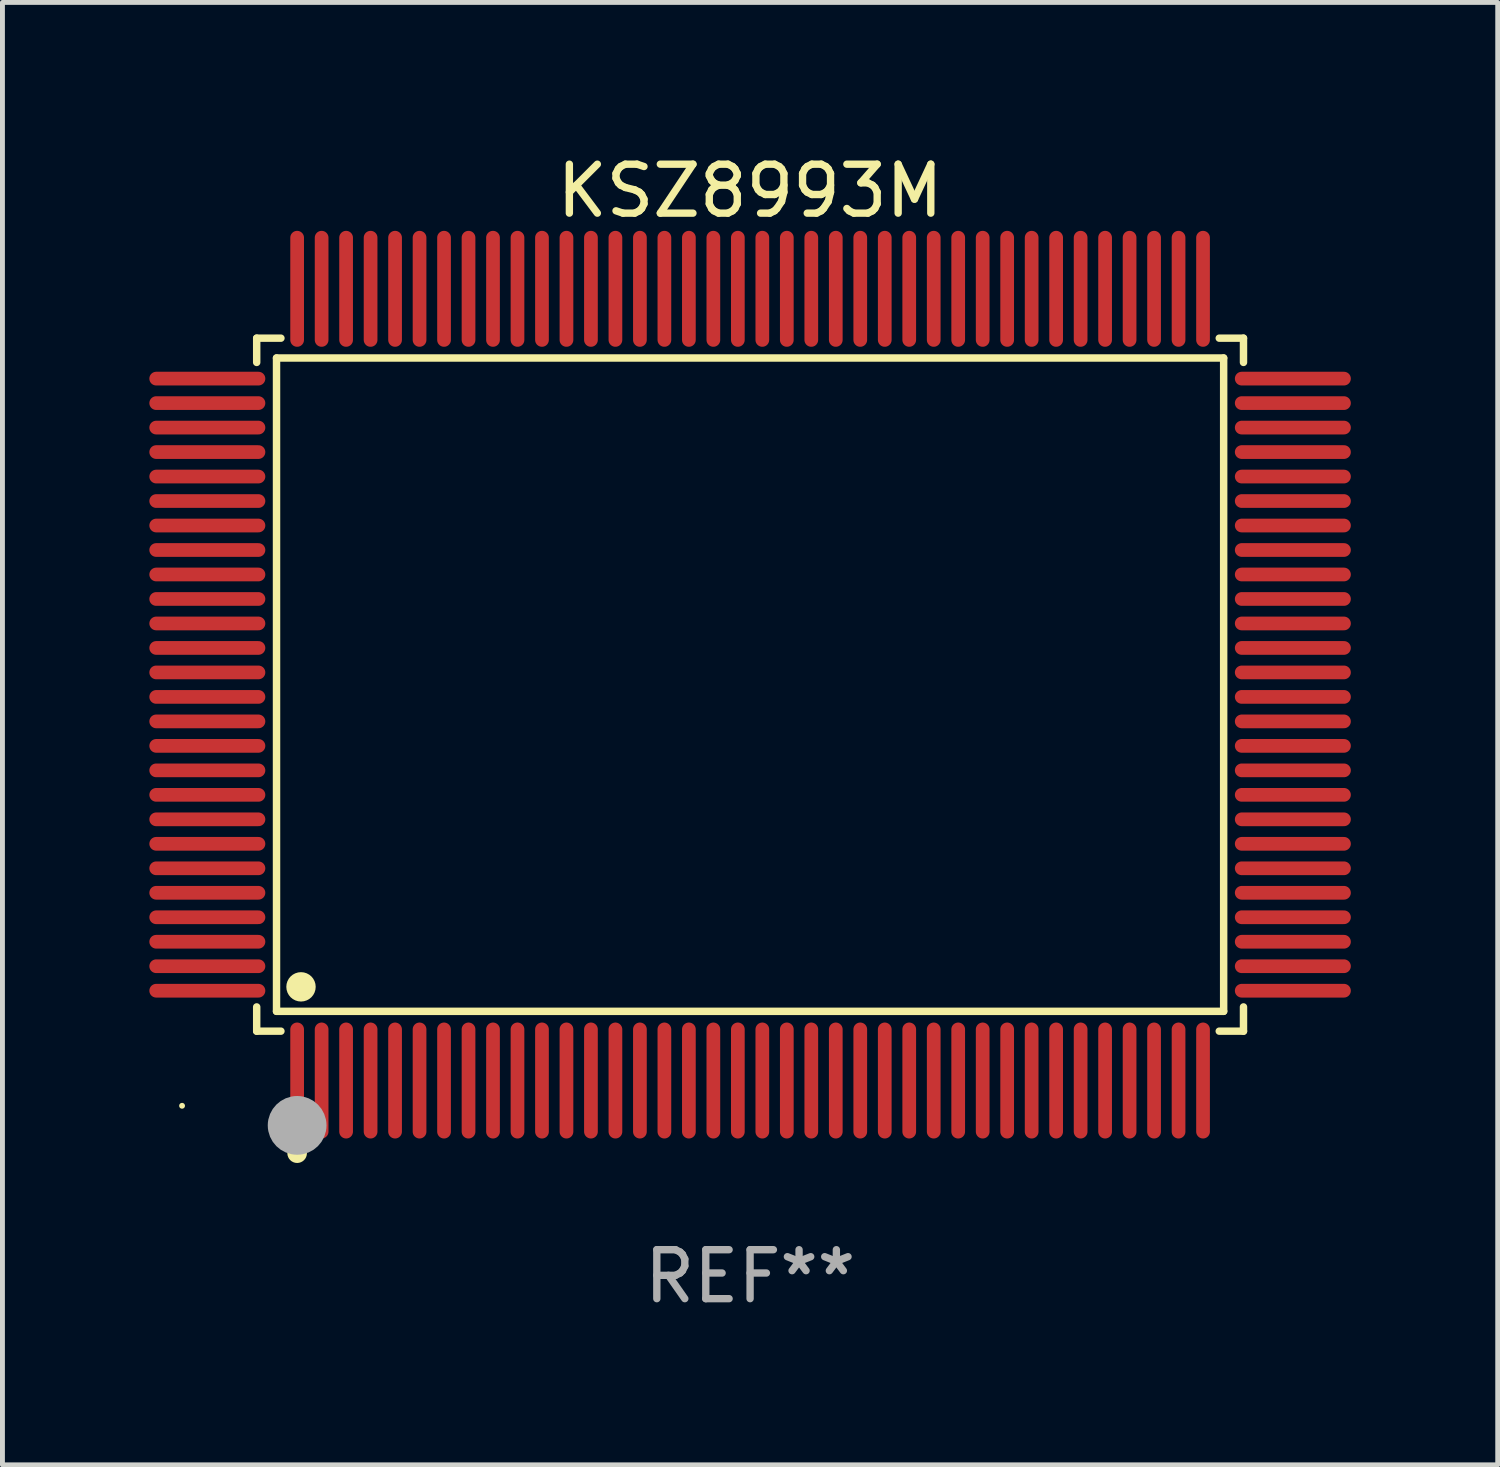
<source format=kicad_pcb>
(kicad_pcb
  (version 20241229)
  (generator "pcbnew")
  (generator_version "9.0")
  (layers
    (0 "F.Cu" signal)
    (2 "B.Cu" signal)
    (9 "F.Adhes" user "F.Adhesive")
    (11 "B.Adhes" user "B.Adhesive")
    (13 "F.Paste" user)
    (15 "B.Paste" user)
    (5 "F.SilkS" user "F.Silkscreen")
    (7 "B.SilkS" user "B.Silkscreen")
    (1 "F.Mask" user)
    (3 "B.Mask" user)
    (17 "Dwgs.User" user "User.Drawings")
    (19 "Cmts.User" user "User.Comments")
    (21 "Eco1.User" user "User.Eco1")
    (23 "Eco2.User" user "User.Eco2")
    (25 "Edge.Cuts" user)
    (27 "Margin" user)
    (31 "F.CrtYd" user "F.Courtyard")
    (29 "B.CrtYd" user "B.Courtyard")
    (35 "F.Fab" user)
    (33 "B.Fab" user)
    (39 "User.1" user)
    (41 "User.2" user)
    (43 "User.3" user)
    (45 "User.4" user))
  (footprint "KSZ8993M"
    (layer "F.Cu")
    (at 12.268 10.932)
    (property "Reference" "KSZ8993M" (at 0 -10.084 0) (layer "F.SilkS") (effects (font (size 1 1) (thickness 0.15))))
    (attr through_hole)
    (fp_line (start -10.076 -7.076) (end -9.581 -7.076) (stroke (width 0.152) (type solid)) (layer "F.SilkS"))
    (fp_line (start -10.076 -6.581) (end -10.076 -7.076) (stroke (width 0.152) (type solid)) (layer "F.SilkS"))
    (fp_line (start -10.076 6.581) (end -10.076 7.076) (stroke (width 0.152) (type solid)) (layer "F.SilkS"))
    (fp_line (start -10.076 7.076) (end -9.581 7.076) (stroke (width 0.152) (type solid)) (layer "F.SilkS"))
    (fp_line (start -9.671 -6.671) (end 9.671 -6.671) (stroke (width 0.152) (type solid)) (layer "F.SilkS"))
    (fp_line (start -9.671 6.671) (end -9.671 -6.671) (stroke (width 0.152) (type solid)) (layer "F.SilkS"))
    (fp_line (start 9.671 -6.671) (end 9.671 6.671) (stroke (width 0.152) (type solid)) (layer "F.SilkS"))
    (fp_line (start 9.671 6.671) (end -9.671 6.671) (stroke (width 0.152) (type solid)) (layer "F.SilkS"))
    (fp_line (start 10.076 -7.076) (end 9.581 -7.076) (stroke (width 0.152) (type solid)) (layer "F.SilkS"))
    (fp_line (start 10.076 -6.581) (end 10.076 -7.076) (stroke (width 0.152) (type solid)) (layer "F.SilkS"))
    (fp_line (start 10.076 6.581) (end 10.076 7.076) (stroke (width 0.152) (type solid)) (layer "F.SilkS"))
    (fp_line (start 10.076 7.076) (end 9.581 7.076) (stroke (width 0.152) (type solid)) (layer "F.SilkS"))
    (fp_circle (center -11.6 8.6) (end -11.57 8.6) (stroke (width 0.06) (type solid)) (fill no) (layer "F.SilkS"))
    (fp_circle (center -9.25 9.568) (end -9.15 9.568) (stroke (width 0.2) (type solid)) (fill no) (layer "F.SilkS"))
    (fp_circle (center -9.171 6.171) (end -9.021 6.171) (stroke (width 0.3) (type solid)) (fill no) (layer "F.SilkS"))
    (fp_circle (center -9.25 9) (end -8.95 9) (stroke (width 0.6) (type solid)) (fill no) (layer "F.Fab"))
    (fp_text user "REF**" (at 0 12.084 0) (layer "F.Fab") (effects (font (size 1 1) (thickness 0.15))))
    (pad "1" smd oval (at -9.25 8.084) (size 0.28 2.368) (layers "F.Cu" "F.Mask" "F.Paste"))
    (pad "2" smd oval (at -8.75 8.084) (size 0.28 2.368) (layers "F.Cu" "F.Mask" "F.Paste"))
    (pad "3" smd oval (at -8.25 8.084) (size 0.28 2.368) (layers "F.Cu" "F.Mask" "F.Paste"))
    (pad "4" smd oval (at -7.75 8.084) (size 0.28 2.368) (layers "F.Cu" "F.Mask" "F.Paste"))
    (pad "5" smd oval (at -7.25 8.084) (size 0.28 2.368) (layers "F.Cu" "F.Mask" "F.Paste"))
    (pad "6" smd oval (at -6.75 8.084) (size 0.28 2.368) (layers "F.Cu" "F.Mask" "F.Paste"))
    (pad "7" smd oval (at -6.25 8.084) (size 0.28 2.368) (layers "F.Cu" "F.Mask" "F.Paste"))
    (pad "8" smd oval (at -5.75 8.084) (size 0.28 2.368) (layers "F.Cu" "F.Mask" "F.Paste"))
    (pad "9" smd oval (at -5.25 8.084) (size 0.28 2.368) (layers "F.Cu" "F.Mask" "F.Paste"))
    (pad "10" smd oval (at -4.75 8.084) (size 0.28 2.368) (layers "F.Cu" "F.Mask" "F.Paste"))
    (pad "11" smd oval (at -4.25 8.084) (size 0.28 2.368) (layers "F.Cu" "F.Mask" "F.Paste"))
    (pad "12" smd oval (at -3.75 8.084) (size 0.28 2.368) (layers "F.Cu" "F.Mask" "F.Paste"))
    (pad "13" smd oval (at -3.25 8.084) (size 0.28 2.368) (layers "F.Cu" "F.Mask" "F.Paste"))
    (pad "14" smd oval (at -2.75 8.084) (size 0.28 2.368) (layers "F.Cu" "F.Mask" "F.Paste"))
    (pad "15" smd oval (at -2.25 8.084) (size 0.28 2.368) (layers "F.Cu" "F.Mask" "F.Paste"))
    (pad "16" smd oval (at -1.75 8.084) (size 0.28 2.368) (layers "F.Cu" "F.Mask" "F.Paste"))
    (pad "17" smd oval (at -1.25 8.084) (size 0.28 2.368) (layers "F.Cu" "F.Mask" "F.Paste"))
    (pad "18" smd oval (at -0.75 8.084) (size 0.28 2.368) (layers "F.Cu" "F.Mask" "F.Paste"))
    (pad "19" smd oval (at -0.25 8.084) (size 0.28 2.368) (layers "F.Cu" "F.Mask" "F.Paste"))
    (pad "20" smd oval (at 0.25 8.084) (size 0.28 2.368) (layers "F.Cu" "F.Mask" "F.Paste"))
    (pad "21" smd oval (at 0.75 8.084) (size 0.28 2.368) (layers "F.Cu" "F.Mask" "F.Paste"))
    (pad "22" smd oval (at 1.25 8.084) (size 0.28 2.368) (layers "F.Cu" "F.Mask" "F.Paste"))
    (pad "23" smd oval (at 1.75 8.084) (size 0.28 2.368) (layers "F.Cu" "F.Mask" "F.Paste"))
    (pad "24" smd oval (at 2.25 8.084) (size 0.28 2.368) (layers "F.Cu" "F.Mask" "F.Paste"))
    (pad "25" smd oval (at 2.75 8.084) (size 0.28 2.368) (layers "F.Cu" "F.Mask" "F.Paste"))
    (pad "26" smd oval (at 3.25 8.084) (size 0.28 2.368) (layers "F.Cu" "F.Mask" "F.Paste"))
    (pad "27" smd oval (at 3.75 8.084) (size 0.28 2.368) (layers "F.Cu" "F.Mask" "F.Paste"))
    (pad "28" smd oval (at 4.25 8.084) (size 0.28 2.368) (layers "F.Cu" "F.Mask" "F.Paste"))
    (pad "29" smd oval (at 4.75 8.084) (size 0.28 2.368) (layers "F.Cu" "F.Mask" "F.Paste"))
    (pad "30" smd oval (at 5.25 8.084) (size 0.28 2.368) (layers "F.Cu" "F.Mask" "F.Paste"))
    (pad "31" smd oval (at 5.75 8.084) (size 0.28 2.368) (layers "F.Cu" "F.Mask" "F.Paste"))
    (pad "32" smd oval (at 6.25 8.084) (size 0.28 2.368) (layers "F.Cu" "F.Mask" "F.Paste"))
    (pad "33" smd oval (at 6.75 8.084) (size 0.28 2.368) (layers "F.Cu" "F.Mask" "F.Paste"))
    (pad "34" smd oval (at 7.25 8.084) (size 0.28 2.368) (layers "F.Cu" "F.Mask" "F.Paste"))
    (pad "35" smd oval (at 7.75 8.084) (size 0.28 2.368) (layers "F.Cu" "F.Mask" "F.Paste"))
    (pad "36" smd oval (at 8.25 8.084) (size 0.28 2.368) (layers "F.Cu" "F.Mask" "F.Paste"))
    (pad "37" smd oval (at 8.75 8.084) (size 0.28 2.368) (layers "F.Cu" "F.Mask" "F.Paste"))
    (pad "38" smd oval (at 9.25 8.084) (size 0.28 2.368) (layers "F.Cu" "F.Mask" "F.Paste"))
    (pad "39" smd oval (at 11.084 6.25) (size 2.368 0.28) (layers "F.Cu" "F.Mask" "F.Paste"))
    (pad "40" smd oval (at 11.084 5.75) (size 2.368 0.28) (layers "F.Cu" "F.Mask" "F.Paste"))
    (pad "41" smd oval (at 11.084 5.25) (size 2.368 0.28) (layers "F.Cu" "F.Mask" "F.Paste"))
    (pad "42" smd oval (at 11.084 4.75) (size 2.368 0.28) (layers "F.Cu" "F.Mask" "F.Paste"))
    (pad "43" smd oval (at 11.084 4.25) (size 2.368 0.28) (layers "F.Cu" "F.Mask" "F.Paste"))
    (pad "44" smd oval (at 11.084 3.75) (size 2.368 0.28) (layers "F.Cu" "F.Mask" "F.Paste"))
    (pad "45" smd oval (at 11.084 3.25) (size 2.368 0.28) (layers "F.Cu" "F.Mask" "F.Paste"))
    (pad "46" smd oval (at 11.084 2.75) (size 2.368 0.28) (layers "F.Cu" "F.Mask" "F.Paste"))
    (pad "47" smd oval (at 11.084 2.25) (size 2.368 0.28) (layers "F.Cu" "F.Mask" "F.Paste"))
    (pad "48" smd oval (at 11.084 1.75) (size 2.368 0.28) (layers "F.Cu" "F.Mask" "F.Paste"))
    (pad "49" smd oval (at 11.084 1.25) (size 2.368 0.28) (layers "F.Cu" "F.Mask" "F.Paste"))
    (pad "50" smd oval (at 11.084 0.75) (size 2.368 0.28) (layers "F.Cu" "F.Mask" "F.Paste"))
    (pad "51" smd oval (at 11.084 0.25) (size 2.368 0.28) (layers "F.Cu" "F.Mask" "F.Paste"))
    (pad "52" smd oval (at 11.084 -0.25) (size 2.368 0.28) (layers "F.Cu" "F.Mask" "F.Paste"))
    (pad "53" smd oval (at 11.084 -0.75) (size 2.368 0.28) (layers "F.Cu" "F.Mask" "F.Paste"))
    (pad "54" smd oval (at 11.084 -1.25) (size 2.368 0.28) (layers "F.Cu" "F.Mask" "F.Paste"))
    (pad "55" smd oval (at 11.084 -1.75) (size 2.368 0.28) (layers "F.Cu" "F.Mask" "F.Paste"))
    (pad "56" smd oval (at 11.084 -2.25) (size 2.368 0.28) (layers "F.Cu" "F.Mask" "F.Paste"))
    (pad "57" smd oval (at 11.084 -2.75) (size 2.368 0.28) (layers "F.Cu" "F.Mask" "F.Paste"))
    (pad "58" smd oval (at 11.084 -3.25) (size 2.368 0.28) (layers "F.Cu" "F.Mask" "F.Paste"))
    (pad "59" smd oval (at 11.084 -3.75) (size 2.368 0.28) (layers "F.Cu" "F.Mask" "F.Paste"))
    (pad "60" smd oval (at 11.084 -4.25) (size 2.368 0.28) (layers "F.Cu" "F.Mask" "F.Paste"))
    (pad "61" smd oval (at 11.084 -4.75) (size 2.368 0.28) (layers "F.Cu" "F.Mask" "F.Paste"))
    (pad "62" smd oval (at 11.084 -5.25) (size 2.368 0.28) (layers "F.Cu" "F.Mask" "F.Paste"))
    (pad "63" smd oval (at 11.084 -5.75) (size 2.368 0.28) (layers "F.Cu" "F.Mask" "F.Paste"))
    (pad "64" smd oval (at 11.084 -6.25) (size 2.368 0.28) (layers "F.Cu" "F.Mask" "F.Paste"))
    (pad "65" smd oval (at 9.25 -8.084) (size 0.28 2.368) (layers "F.Cu" "F.Mask" "F.Paste"))
    (pad "66" smd oval (at 8.75 -8.084) (size 0.28 2.368) (layers "F.Cu" "F.Mask" "F.Paste"))
    (pad "67" smd oval (at 8.25 -8.084) (size 0.28 2.368) (layers "F.Cu" "F.Mask" "F.Paste"))
    (pad "68" smd oval (at 7.75 -8.084) (size 0.28 2.368) (layers "F.Cu" "F.Mask" "F.Paste"))
    (pad "69" smd oval (at 7.25 -8.084) (size 0.28 2.368) (layers "F.Cu" "F.Mask" "F.Paste"))
    (pad "70" smd oval (at 6.75 -8.084) (size 0.28 2.368) (layers "F.Cu" "F.Mask" "F.Paste"))
    (pad "71" smd oval (at 6.25 -8.084) (size 0.28 2.368) (layers "F.Cu" "F.Mask" "F.Paste"))
    (pad "72" smd oval (at 5.75 -8.084) (size 0.28 2.368) (layers "F.Cu" "F.Mask" "F.Paste"))
    (pad "73" smd oval (at 5.25 -8.084) (size 0.28 2.368) (layers "F.Cu" "F.Mask" "F.Paste"))
    (pad "74" smd oval (at 4.75 -8.084) (size 0.28 2.368) (layers "F.Cu" "F.Mask" "F.Paste"))
    (pad "75" smd oval (at 4.25 -8.084) (size 0.28 2.368) (layers "F.Cu" "F.Mask" "F.Paste"))
    (pad "76" smd oval (at 3.75 -8.084) (size 0.28 2.368) (layers "F.Cu" "F.Mask" "F.Paste"))
    (pad "77" smd oval (at 3.25 -8.084) (size 0.28 2.368) (layers "F.Cu" "F.Mask" "F.Paste"))
    (pad "78" smd oval (at 2.75 -8.084) (size 0.28 2.368) (layers "F.Cu" "F.Mask" "F.Paste"))
    (pad "79" smd oval (at 2.25 -8.084) (size 0.28 2.368) (layers "F.Cu" "F.Mask" "F.Paste"))
    (pad "80" smd oval (at 1.75 -8.084) (size 0.28 2.368) (layers "F.Cu" "F.Mask" "F.Paste"))
    (pad "81" smd oval (at 1.25 -8.084) (size 0.28 2.368) (layers "F.Cu" "F.Mask" "F.Paste"))
    (pad "82" smd oval (at 0.75 -8.084) (size 0.28 2.368) (layers "F.Cu" "F.Mask" "F.Paste"))
    (pad "83" smd oval (at 0.25 -8.084) (size 0.28 2.368) (layers "F.Cu" "F.Mask" "F.Paste"))
    (pad "84" smd oval (at -0.25 -8.084) (size 0.28 2.368) (layers "F.Cu" "F.Mask" "F.Paste"))
    (pad "85" smd oval (at -0.75 -8.084) (size 0.28 2.368) (layers "F.Cu" "F.Mask" "F.Paste"))
    (pad "86" smd oval (at -1.25 -8.084) (size 0.28 2.368) (layers "F.Cu" "F.Mask" "F.Paste"))
    (pad "87" smd oval (at -1.75 -8.084) (size 0.28 2.368) (layers "F.Cu" "F.Mask" "F.Paste"))
    (pad "88" smd oval (at -2.25 -8.084) (size 0.28 2.368) (layers "F.Cu" "F.Mask" "F.Paste"))
    (pad "89" smd oval (at -2.75 -8.084) (size 0.28 2.368) (layers "F.Cu" "F.Mask" "F.Paste"))
    (pad "90" smd oval (at -3.25 -8.084) (size 0.28 2.368) (layers "F.Cu" "F.Mask" "F.Paste"))
    (pad "91" smd oval (at -3.75 -8.084) (size 0.28 2.368) (layers "F.Cu" "F.Mask" "F.Paste"))
    (pad "92" smd oval (at -4.25 -8.084) (size 0.28 2.368) (layers "F.Cu" "F.Mask" "F.Paste"))
    (pad "93" smd oval (at -4.75 -8.084) (size 0.28 2.368) (layers "F.Cu" "F.Mask" "F.Paste"))
    (pad "94" smd oval (at -5.25 -8.084) (size 0.28 2.368) (layers "F.Cu" "F.Mask" "F.Paste"))
    (pad "95" smd oval (at -5.75 -8.084) (size 0.28 2.368) (layers "F.Cu" "F.Mask" "F.Paste"))
    (pad "96" smd oval (at -6.25 -8.084) (size 0.28 2.368) (layers "F.Cu" "F.Mask" "F.Paste"))
    (pad "97" smd oval (at -6.75 -8.084) (size 0.28 2.368) (layers "F.Cu" "F.Mask" "F.Paste"))
    (pad "98" smd oval (at -7.25 -8.084) (size 0.28 2.368) (layers "F.Cu" "F.Mask" "F.Paste"))
    (pad "99" smd oval (at -7.75 -8.084) (size 0.28 2.368) (layers "F.Cu" "F.Mask" "F.Paste"))
    (pad "100" smd oval (at -8.25 -8.084) (size 0.28 2.368) (layers "F.Cu" "F.Mask" "F.Paste"))
    (pad "101" smd oval (at -8.75 -8.084) (size 0.28 2.368) (layers "F.Cu" "F.Mask" "F.Paste"))
    (pad "102" smd oval (at -9.25 -8.084) (size 0.28 2.368) (layers "F.Cu" "F.Mask" "F.Paste"))
    (pad "103" smd oval (at -11.084 -6.25) (size 2.368 0.28) (layers "F.Cu" "F.Mask" "F.Paste"))
    (pad "104" smd oval (at -11.084 -5.75) (size 2.368 0.28) (layers "F.Cu" "F.Mask" "F.Paste"))
    (pad "105" smd oval (at -11.084 -5.25) (size 2.368 0.28) (layers "F.Cu" "F.Mask" "F.Paste"))
    (pad "106" smd oval (at -11.084 -4.75) (size 2.368 0.28) (layers "F.Cu" "F.Mask" "F.Paste"))
    (pad "107" smd oval (at -11.084 -4.25) (size 2.368 0.28) (layers "F.Cu" "F.Mask" "F.Paste"))
    (pad "108" smd oval (at -11.084 -3.75) (size 2.368 0.28) (layers "F.Cu" "F.Mask" "F.Paste"))
    (pad "109" smd oval (at -11.084 -3.25) (size 2.368 0.28) (layers "F.Cu" "F.Mask" "F.Paste"))
    (pad "110" smd oval (at -11.084 -2.75) (size 2.368 0.28) (layers "F.Cu" "F.Mask" "F.Paste"))
    (pad "111" smd oval (at -11.084 -2.25) (size 2.368 0.28) (layers "F.Cu" "F.Mask" "F.Paste"))
    (pad "112" smd oval (at -11.084 -1.75) (size 2.368 0.28) (layers "F.Cu" "F.Mask" "F.Paste"))
    (pad "113" smd oval (at -11.084 -1.25) (size 2.368 0.28) (layers "F.Cu" "F.Mask" "F.Paste"))
    (pad "114" smd oval (at -11.084 -0.75) (size 2.368 0.28) (layers "F.Cu" "F.Mask" "F.Paste"))
    (pad "115" smd oval (at -11.084 -0.25) (size 2.368 0.28) (layers "F.Cu" "F.Mask" "F.Paste"))
    (pad "116" smd oval (at -11.084 0.25) (size 2.368 0.28) (layers "F.Cu" "F.Mask" "F.Paste"))
    (pad "117" smd oval (at -11.084 0.75) (size 2.368 0.28) (layers "F.Cu" "F.Mask" "F.Paste"))
    (pad "118" smd oval (at -11.084 1.25) (size 2.368 0.28) (layers "F.Cu" "F.Mask" "F.Paste"))
    (pad "119" smd oval (at -11.084 1.75) (size 2.368 0.28) (layers "F.Cu" "F.Mask" "F.Paste"))
    (pad "120" smd oval (at -11.084 2.25) (size 2.368 0.28) (layers "F.Cu" "F.Mask" "F.Paste"))
    (pad "121" smd oval (at -11.084 2.75) (size 2.368 0.28) (layers "F.Cu" "F.Mask" "F.Paste"))
    (pad "122" smd oval (at -11.084 3.25) (size 2.368 0.28) (layers "F.Cu" "F.Mask" "F.Paste"))
    (pad "123" smd oval (at -11.084 3.75) (size 2.368 0.28) (layers "F.Cu" "F.Mask" "F.Paste"))
    (pad "124" smd oval (at -11.084 4.25) (size 2.368 0.28) (layers "F.Cu" "F.Mask" "F.Paste"))
    (pad "125" smd oval (at -11.084 4.75) (size 2.368 0.28) (layers "F.Cu" "F.Mask" "F.Paste"))
    (pad "126" smd oval (at -11.084 5.25) (size 2.368 0.28) (layers "F.Cu" "F.Mask" "F.Paste"))
    (pad "127" smd oval (at -11.084 5.75) (size 2.368 0.28) (layers "F.Cu" "F.Mask" "F.Paste"))
    (pad "128" smd oval (at -11.084 6.25) (size 2.368 0.28) (layers "F.Cu" "F.Mask" "F.Paste")))
  (gr_rect
    (start -3 -3)
    (end 27.536 26.865)
    (stroke (width 0.1) (type default))
    (fill no)
    (layer "Edge.Cuts")))
</source>
